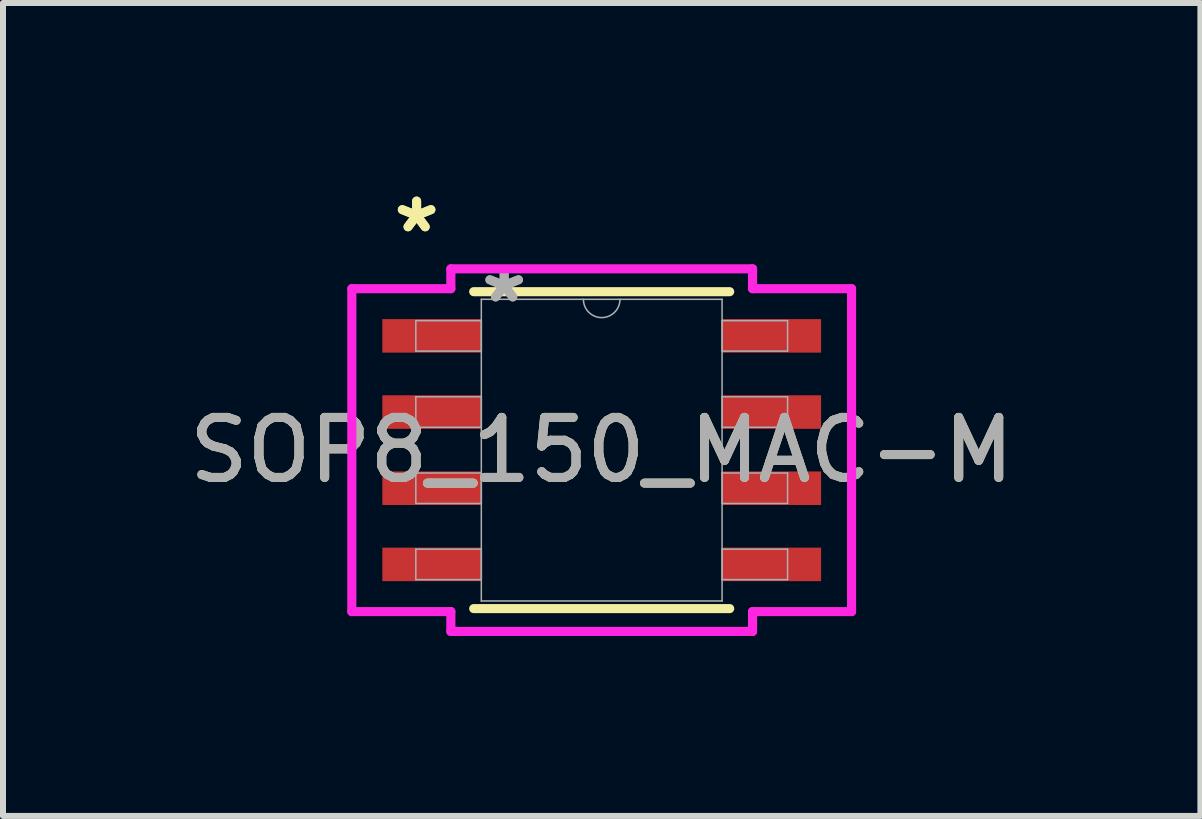
<source format=kicad_pcb>
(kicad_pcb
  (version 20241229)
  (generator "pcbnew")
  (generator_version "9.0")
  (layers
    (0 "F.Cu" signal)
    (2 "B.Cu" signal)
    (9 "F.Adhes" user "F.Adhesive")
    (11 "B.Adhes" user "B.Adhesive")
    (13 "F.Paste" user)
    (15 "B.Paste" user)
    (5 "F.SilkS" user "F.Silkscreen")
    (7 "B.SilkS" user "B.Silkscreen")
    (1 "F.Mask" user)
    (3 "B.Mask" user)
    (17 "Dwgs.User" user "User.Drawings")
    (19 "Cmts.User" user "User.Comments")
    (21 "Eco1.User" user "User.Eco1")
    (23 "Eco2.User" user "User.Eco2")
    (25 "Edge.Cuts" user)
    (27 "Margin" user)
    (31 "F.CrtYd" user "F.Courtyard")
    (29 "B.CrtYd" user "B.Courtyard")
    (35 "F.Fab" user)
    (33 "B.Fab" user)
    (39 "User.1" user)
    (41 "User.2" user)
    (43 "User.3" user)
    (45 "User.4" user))
  (footprint "SOP8_150_MAC-M"
    (layer "F.Cu")
    (at 6.982 4.455)
    (property "Reference" "SOP8_150_MAC-M" (at 0 0 0) (unlocked yes) (layer "F.SilkS") (effects (font (size 1 1) (thickness 0.15))))
    (attr smd)
    (fp_line (start -2.134 2.642) (end 2.134 2.642) (stroke (width 0.152) (type solid)) (layer "F.SilkS"))
    (fp_line (start 2.134 -2.642) (end -2.134 -2.642) (stroke (width 0.152) (type solid)) (layer "F.SilkS"))
    (fp_line (start -4.166 -2.692) (end -2.515 -2.692) (stroke (width 0.152) (type solid)) (layer "F.CrtYd"))
    (fp_line (start -4.166 2.692) (end -4.166 -2.692) (stroke (width 0.152) (type solid)) (layer "F.CrtYd"))
    (fp_line (start -4.166 2.692) (end -2.515 2.692) (stroke (width 0.152) (type solid)) (layer "F.CrtYd"))
    (fp_line (start -2.515 -3.023) (end 2.515 -3.023) (stroke (width 0.152) (type solid)) (layer "F.CrtYd"))
    (fp_line (start -2.515 -2.692) (end -2.515 -3.023) (stroke (width 0.152) (type solid)) (layer "F.CrtYd"))
    (fp_line (start -2.515 3.023) (end -2.515 2.692) (stroke (width 0.152) (type solid)) (layer "F.CrtYd"))
    (fp_line (start 2.515 -3.023) (end 2.515 -2.692) (stroke (width 0.152) (type solid)) (layer "F.CrtYd"))
    (fp_line (start 2.515 2.692) (end 2.515 3.023) (stroke (width 0.152) (type solid)) (layer "F.CrtYd"))
    (fp_line (start 2.515 3.023) (end -2.515 3.023) (stroke (width 0.152) (type solid)) (layer "F.CrtYd"))
    (fp_line (start 4.166 -2.692) (end 2.515 -2.692) (stroke (width 0.152) (type solid)) (layer "F.CrtYd"))
    (fp_line (start 4.166 -2.692) (end 4.166 2.692) (stroke (width 0.152) (type solid)) (layer "F.CrtYd"))
    (fp_line (start 4.166 2.692) (end 2.515 2.692) (stroke (width 0.152) (type solid)) (layer "F.CrtYd"))
    (fp_line (start -3.099 -2.159) (end -3.099 -1.651) (stroke (width 0.025) (type solid)) (layer "F.Fab"))
    (fp_line (start -3.099 -1.651) (end -2.007 -1.651) (stroke (width 0.025) (type solid)) (layer "F.Fab"))
    (fp_line (start -3.099 -0.889) (end -3.099 -0.381) (stroke (width 0.025) (type solid)) (layer "F.Fab"))
    (fp_line (start -3.099 -0.381) (end -2.007 -0.381) (stroke (width 0.025) (type solid)) (layer "F.Fab"))
    (fp_line (start -3.099 0.381) (end -3.099 0.889) (stroke (width 0.025) (type solid)) (layer "F.Fab"))
    (fp_line (start -3.099 0.889) (end -2.007 0.889) (stroke (width 0.025) (type solid)) (layer "F.Fab"))
    (fp_line (start -3.099 1.651) (end -3.099 2.159) (stroke (width 0.025) (type solid)) (layer "F.Fab"))
    (fp_line (start -3.099 2.159) (end -2.007 2.159) (stroke (width 0.025) (type solid)) (layer "F.Fab"))
    (fp_line (start -2.007 -2.515) (end -2.007 2.515) (stroke (width 0.025) (type solid)) (layer "F.Fab"))
    (fp_line (start -2.007 -2.159) (end -3.099 -2.159) (stroke (width 0.025) (type solid)) (layer "F.Fab"))
    (fp_line (start -2.007 -1.651) (end -2.007 -2.159) (stroke (width 0.025) (type solid)) (layer "F.Fab"))
    (fp_line (start -2.007 -0.889) (end -3.099 -0.889) (stroke (width 0.025) (type solid)) (layer "F.Fab"))
    (fp_line (start -2.007 -0.381) (end -2.007 -0.889) (stroke (width 0.025) (type solid)) (layer "F.Fab"))
    (fp_line (start -2.007 0.381) (end -3.099 0.381) (stroke (width 0.025) (type solid)) (layer "F.Fab"))
    (fp_line (start -2.007 0.889) (end -2.007 0.381) (stroke (width 0.025) (type solid)) (layer "F.Fab"))
    (fp_line (start -2.007 1.651) (end -3.099 1.651) (stroke (width 0.025) (type solid)) (layer "F.Fab"))
    (fp_line (start -2.007 2.159) (end -2.007 1.651) (stroke (width 0.025) (type solid)) (layer "F.Fab"))
    (fp_line (start -2.007 2.515) (end 2.007 2.515) (stroke (width 0.025) (type solid)) (layer "F.Fab"))
    (fp_line (start 2.007 -2.515) (end -2.007 -2.515) (stroke (width 0.025) (type solid)) (layer "F.Fab"))
    (fp_line (start 2.007 -2.159) (end 2.007 -1.651) (stroke (width 0.025) (type solid)) (layer "F.Fab"))
    (fp_line (start 2.007 -1.651) (end 3.099 -1.651) (stroke (width 0.025) (type solid)) (layer "F.Fab"))
    (fp_line (start 2.007 -0.889) (end 2.007 -0.381) (stroke (width 0.025) (type solid)) (layer "F.Fab"))
    (fp_line (start 2.007 -0.381) (end 3.099 -0.381) (stroke (width 0.025) (type solid)) (layer "F.Fab"))
    (fp_line (start 2.007 0.381) (end 2.007 0.889) (stroke (width 0.025) (type solid)) (layer "F.Fab"))
    (fp_line (start 2.007 0.889) (end 3.099 0.889) (stroke (width 0.025) (type solid)) (layer "F.Fab"))
    (fp_line (start 2.007 1.651) (end 2.007 2.159) (stroke (width 0.025) (type solid)) (layer "F.Fab"))
    (fp_line (start 2.007 2.159) (end 3.099 2.159) (stroke (width 0.025) (type solid)) (layer "F.Fab"))
    (fp_line (start 2.007 2.515) (end 2.007 -2.515) (stroke (width 0.025) (type solid)) (layer "F.Fab"))
    (fp_line (start 3.099 -2.159) (end 2.007 -2.159) (stroke (width 0.025) (type solid)) (layer "F.Fab"))
    (fp_line (start 3.099 -1.651) (end 3.099 -2.159) (stroke (width 0.025) (type solid)) (layer "F.Fab"))
    (fp_line (start 3.099 -0.889) (end 2.007 -0.889) (stroke (width 0.025) (type solid)) (layer "F.Fab"))
    (fp_line (start 3.099 -0.381) (end 3.099 -0.889) (stroke (width 0.025) (type solid)) (layer "F.Fab"))
    (fp_line (start 3.099 0.381) (end 2.007 0.381) (stroke (width 0.025) (type solid)) (layer "F.Fab"))
    (fp_line (start 3.099 0.889) (end 3.099 0.381) (stroke (width 0.025) (type solid)) (layer "F.Fab"))
    (fp_line (start 3.099 1.651) (end 2.007 1.651) (stroke (width 0.025) (type solid)) (layer "F.Fab"))
    (fp_line (start 3.099 2.159) (end 3.099 1.651) (stroke (width 0.025) (type solid)) (layer "F.Fab"))
    (fp_arc (start 0.3048 -2.5146) (mid 0 -2.2098) (end -0.3048 -2.5146) (stroke (width 0.0254) (type solid)) (layer "F.Fab"))
    (fp_text user "*" (at -3.086 -3.607 0) (unlocked yes) (layer "F.SilkS") (effects (font (size 1 1) (thickness 0.15))))
    (fp_text user "*" (at -3.086 -3.607 0) (layer "F.SilkS") (effects (font (size 1 1) (thickness 0.15))))
    (fp_text user "${REFERENCE}" (at 0 0 0) (unlocked yes) (layer "F.Fab") (effects (font (size 1 1) (thickness 0.15))))
    (fp_text user "*" (at -1.626 -2.438 0) (unlocked yes) (layer "F.Fab") (effects (font (size 1 1) (thickness 0.15))))
    (fp_text user "*" (at -1.626 -2.438 0) (layer "F.Fab") (effects (font (size 1 1) (thickness 0.15))))
    (pad "1" smd rect (at -2.832 -1.905) (size 1.651 0.559) (layers "F.Cu" "F.Mask" "F.Paste"))
    (pad "2" smd rect (at -2.832 -0.635) (size 1.651 0.559) (layers "F.Cu" "F.Mask" "F.Paste"))
    (pad "3" smd rect (at -2.832 0.635) (size 1.651 0.559) (layers "F.Cu" "F.Mask" "F.Paste"))
    (pad "4" smd rect (at -2.832 1.905) (size 1.651 0.559) (layers "F.Cu" "F.Mask" "F.Paste"))
    (pad "5" smd rect (at 2.832 1.905) (size 1.651 0.559) (layers "F.Cu" "F.Mask" "F.Paste"))
    (pad "6" smd rect (at 2.832 0.635) (size 1.651 0.559) (layers "F.Cu" "F.Mask" "F.Paste"))
    (pad "7" smd rect (at 2.832 -0.635) (size 1.651 0.559) (layers "F.Cu" "F.Mask" "F.Paste"))
    (pad "8" smd rect (at 2.832 -1.905) (size 1.651 0.559) (layers "F.Cu" "F.Mask" "F.Paste")))
  (gr_rect
    (start -3 -3)
    (end 16.964 10.554)
    (stroke (width 0.1) (type default))
    (fill no)
    (layer "Edge.Cuts")))
</source>
